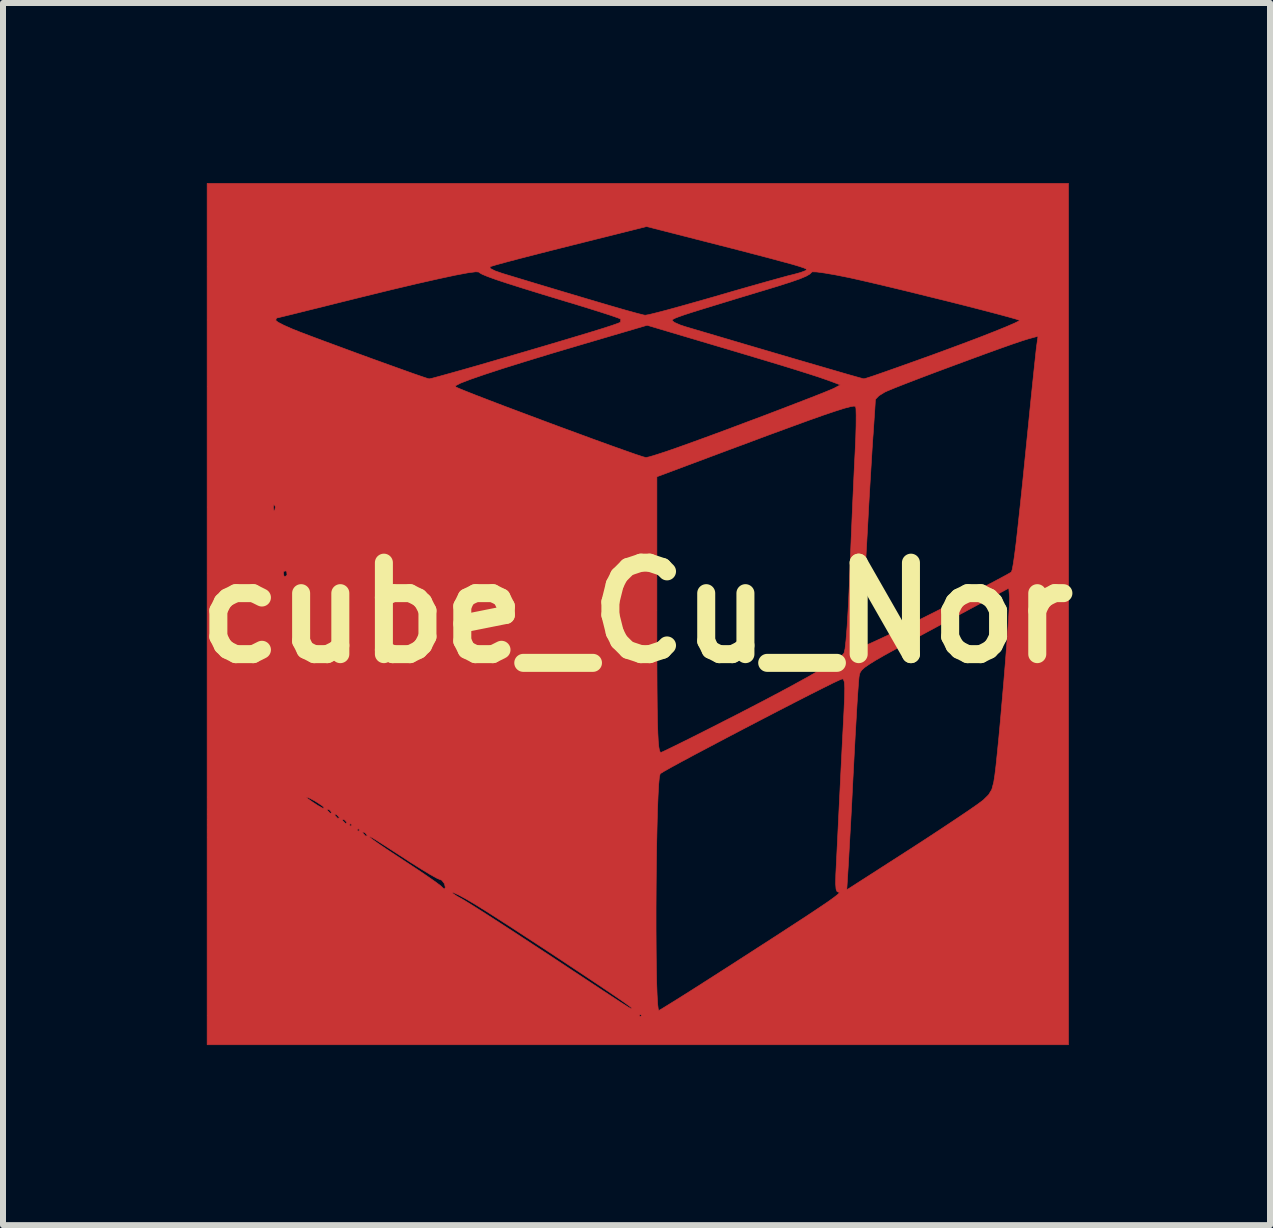
<source format=kicad_pcb>
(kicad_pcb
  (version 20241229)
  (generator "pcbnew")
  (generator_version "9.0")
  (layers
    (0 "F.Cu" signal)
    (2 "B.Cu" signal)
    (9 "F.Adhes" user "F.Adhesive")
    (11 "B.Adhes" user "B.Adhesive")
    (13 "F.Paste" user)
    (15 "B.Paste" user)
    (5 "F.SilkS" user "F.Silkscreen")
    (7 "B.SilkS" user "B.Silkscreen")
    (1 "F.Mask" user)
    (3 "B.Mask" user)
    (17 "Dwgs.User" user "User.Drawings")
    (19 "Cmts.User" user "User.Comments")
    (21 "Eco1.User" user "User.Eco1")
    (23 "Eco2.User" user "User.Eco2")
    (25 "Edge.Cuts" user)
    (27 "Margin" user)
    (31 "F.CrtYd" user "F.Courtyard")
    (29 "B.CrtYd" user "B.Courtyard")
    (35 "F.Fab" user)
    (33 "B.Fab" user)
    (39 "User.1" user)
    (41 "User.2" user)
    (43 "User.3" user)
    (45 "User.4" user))
  (footprint "cube_Cu_Nor"
    (layer "F.Cu")
    (at 7.555 7.159)
    (property "Reference" "cube_Cu_Nor" (at 0 0 0) (layer "F.SilkS") (effects (font (size 1.524 1.524) (thickness 0.3))))
    (attr through_hole)
    (fp_poly (pts (xy 7.197 7.197) (xy -7.154 7.197) (xy -7.154 6.71) (xy 0.042 6.71) (xy 0.064 6.731) (xy 0.085 6.71) (xy 0.064 6.689) (xy 0.042 6.71) (xy -7.154 6.71) (xy -7.154 4.659) (xy -3.066 4.659) (xy -3.059 4.677) (xy -2.992 4.722) (xy -2.921 4.761) (xy -2.842 4.808) (xy -2.702 4.895) (xy -2.51 5.017) (xy -2.276 5.168) (xy -2.008 5.342) (xy -1.717 5.533) (xy -1.418 5.729) (xy -1.075 5.956) (xy -0.796 6.14) (xy -0.575 6.286) (xy -0.404 6.398) (xy -0.278 6.481) (xy -0.19 6.537) (xy -0.133 6.573) (xy -0.1 6.591) (xy -0.086 6.597) (xy -0.082 6.593) (xy -0.084 6.585) (xy -0.085 6.581) (xy -0.119 6.553) (xy -0.214 6.485) (xy -0.362 6.383) (xy -0.553 6.254) (xy -0.777 6.104) (xy -1.025 5.939) (xy -1.287 5.765) (xy -1.555 5.588) (xy -1.819 5.416) (xy -2.047 5.267) (xy 0.325 5.267) (xy 0.327 5.594) (xy 0.33 5.892) (xy 0.335 6.153) (xy 0.343 6.367) (xy 0.352 6.522) (xy 0.363 6.61) (xy 0.372 6.626) (xy 0.42 6.599) (xy 0.53 6.531) (xy 0.693 6.43) (xy 0.899 6.3) (xy 1.139 6.147) (xy 1.403 5.978) (xy 1.494 5.92) (xy 1.927 5.641) (xy 2.293 5.405) (xy 2.597 5.207) (xy 2.844 5.046) (xy 3.038 4.917) (xy 3.183 4.819) (xy 3.285 4.746) (xy 3.348 4.697) (xy 3.377 4.669) (xy 3.376 4.657) (xy 3.371 4.657) (xy 3.341 4.646) (xy 3.329 4.616) (xy 3.503 4.616) (xy 4.566 3.933) (xy 4.842 3.754) (xy 5.102 3.583) (xy 5.335 3.428) (xy 5.531 3.296) (xy 5.679 3.193) (xy 5.768 3.127) (xy 5.78 3.117) (xy 5.866 3.032) (xy 5.919 2.944) (xy 5.951 2.824) (xy 5.969 2.709) (xy 5.988 2.554) (xy 6.01 2.341) (xy 6.036 2.082) (xy 6.063 1.79) (xy 6.09 1.477) (xy 6.118 1.156) (xy 6.144 0.839) (xy 6.167 0.54) (xy 6.187 0.271) (xy 6.202 0.044) (xy 6.212 -0.129) (xy 6.215 -0.233) (xy 6.215 -0.251) (xy 6.202 -0.41) (xy 5.249 0.102) (xy 4.873 0.304) (xy 4.565 0.47) (xy 4.318 0.604) (xy 4.124 0.711) (xy 3.978 0.795) (xy 3.873 0.861) (xy 3.8 0.912) (xy 3.755 0.953) (xy 3.729 0.988) (xy 3.716 1.022) (xy 3.709 1.058) (xy 3.707 1.07) (xy 3.7 1.146) (xy 3.689 1.295) (xy 3.675 1.505) (xy 3.66 1.763) (xy 3.643 2.059) (xy 3.626 2.38) (xy 3.621 2.477) (xy 3.603 2.822) (xy 3.586 3.162) (xy 3.569 3.483) (xy 3.553 3.767) (xy 3.54 4) (xy 3.531 4.166) (xy 3.53 4.181) (xy 3.503 4.616) (xy 3.329 4.616) (xy 3.324 4.603) (xy 3.317 4.514) (xy 3.32 4.364) (xy 3.326 4.244) (xy 3.351 3.739) (xy 3.372 3.31) (xy 3.39 2.947) (xy 3.405 2.64) (xy 3.418 2.382) (xy 3.429 2.161) (xy 3.439 1.97) (xy 3.448 1.798) (xy 3.456 1.64) (xy 3.466 1.41) (xy 3.469 1.253) (xy 3.463 1.156) (xy 3.447 1.11) (xy 3.429 1.101) (xy 3.381 1.12) (xy 3.268 1.173) (xy 3.1 1.257) (xy 2.887 1.364) (xy 2.639 1.491) (xy 2.365 1.632) (xy 2.076 1.782) (xy 1.782 1.935) (xy 1.492 2.087) (xy 1.216 2.233) (xy 0.964 2.366) (xy 0.746 2.483) (xy 0.572 2.578) (xy 0.452 2.646) (xy 0.396 2.681) (xy 0.394 2.683) (xy 0.381 2.735) (xy 0.369 2.86) (xy 0.359 3.048) (xy 0.349 3.288) (xy 0.342 3.57) (xy 0.335 3.885) (xy 0.33 4.222) (xy 0.327 4.571) (xy 0.325 4.923) (xy 0.325 5.267) (xy -2.047 5.267) (xy -2.069 5.252) (xy -2.297 5.106) (xy -2.491 4.981) (xy -2.645 4.885) (xy -2.685 4.86) (xy -2.836 4.771) (xy -2.963 4.702) (xy -3.046 4.664) (xy -3.066 4.659) (xy -7.154 4.659) (xy -7.154 3.736) (xy -4.445 3.736) (xy -4.445 3.74) (xy -4.411 3.768) (xy -4.318 3.834) (xy -4.177 3.93) (xy -4 4.047) (xy -3.857 4.141) (xy -3.658 4.272) (xy -3.484 4.39) (xy -3.348 4.485) (xy -3.262 4.55) (xy -3.239 4.572) (xy -3.201 4.606) (xy -3.186 4.575) (xy -3.2 4.515) (xy -3.246 4.455) (xy -3.275 4.445) (xy -3.326 4.423) (xy -3.434 4.363) (xy -3.584 4.272) (xy -3.762 4.16) (xy -3.831 4.115) (xy -4.053 3.971) (xy -4.214 3.867) (xy -4.323 3.797) (xy -4.391 3.755) (xy -4.428 3.735) (xy -4.442 3.731) (xy -4.445 3.736) (xy -7.154 3.736) (xy -7.154 3.653) (xy -4.565 3.653) (xy -4.555 3.676) (xy -4.512 3.722) (xy -4.488 3.713) (xy -4.487 3.707) (xy -4.517 3.671) (xy -4.536 3.658) (xy -4.565 3.653) (xy -7.154 3.653) (xy -7.154 3.619) (xy -4.657 3.619) (xy -4.636 3.641) (xy -4.614 3.619) (xy -4.636 3.598) (xy -4.657 3.619) (xy -7.154 3.619) (xy -7.154 3.535) (xy -4.784 3.535) (xy -4.763 3.556) (xy -4.741 3.535) (xy -4.763 3.514) (xy -4.784 3.535) (xy -7.154 3.535) (xy -7.154 3.441) (xy -4.904 3.441) (xy -4.894 3.465) (xy -4.851 3.51) (xy -4.826 3.501) (xy -4.826 3.495) (xy -4.856 3.459) (xy -4.875 3.446) (xy -4.904 3.441) (xy -7.154 3.441) (xy -7.154 3.356) (xy -5.031 3.356) (xy -5.021 3.38) (xy -4.978 3.426) (xy -4.953 3.416) (xy -4.953 3.41) (xy -4.983 3.375) (xy -5.002 3.361) (xy -5.031 3.356) (xy -7.154 3.356) (xy -7.154 3.272) (xy -5.158 3.272) (xy -5.148 3.295) (xy -5.105 3.341) (xy -5.08 3.332) (xy -5.08 3.326) (xy -5.11 3.29) (xy -5.129 3.277) (xy -5.158 3.272) (xy -7.154 3.272) (xy -7.154 3.071) (xy -5.503 3.071) (xy -5.472 3.101) (xy -5.397 3.154) (xy -5.31 3.211) (xy -5.239 3.251) (xy -5.218 3.26) (xy -5.207 3.243) (xy -5.24 3.213) (xy -5.322 3.159) (xy -5.355 3.138) (xy -5.447 3.089) (xy -5.499 3.069) (xy -5.503 3.071) (xy -7.154 3.071) (xy -7.154 -0.659) (xy -5.884 -0.659) (xy -5.87 -0.598) (xy -5.834 -0.616) (xy -5.823 -0.632) (xy -5.828 -0.686) (xy -5.841 -0.698) (xy -5.878 -0.689) (xy -5.884 -0.659) (xy -7.154 -0.659) (xy -7.154 -1.76) (xy -6.05 -1.76) (xy -6.043 -1.705) (xy -6.028 -1.705) (xy -6.018 -1.761) (xy -6.025 -1.786) (xy -6.044 -1.802) (xy -6.05 -1.76) (xy -7.154 -1.76) (xy -7.154 -2.266) (xy 0.339 -2.266) (xy 0.339 -0.036) (xy 0.339 0.48) (xy 0.34 0.917) (xy 0.342 1.282) (xy 0.345 1.58) (xy 0.349 1.818) (xy 0.355 2.003) (xy 0.362 2.139) (xy 0.371 2.234) (xy 0.382 2.292) (xy 0.395 2.322) (xy 0.407 2.328) (xy 0.448 2.31) (xy 0.554 2.259) (xy 0.711 2.182) (xy 0.909 2.084) (xy 1.135 1.97) (xy 1.175 1.95) (xy 1.69 1.688) (xy 2.145 1.452) (xy 2.536 1.244) (xy 2.862 1.065) (xy 3.119 0.916) (xy 3.306 0.798) (xy 3.421 0.714) (xy 3.457 0.673) (xy 3.474 0.599) (xy 3.49 0.459) (xy 3.733 0.459) (xy 3.741 0.526) (xy 3.773 0.549) (xy 3.79 0.55) (xy 3.844 0.532) (xy 3.963 0.479) (xy 4.139 0.397) (xy 4.361 0.29) (xy 4.619 0.163) (xy 4.903 0.021) (xy 5.044 -0.05) (xy 5.336 -0.199) (xy 5.602 -0.336) (xy 5.835 -0.456) (xy 6.024 -0.556) (xy 6.16 -0.629) (xy 6.235 -0.672) (xy 6.246 -0.68) (xy 6.26 -0.723) (xy 6.277 -0.815) (xy 6.298 -0.96) (xy 6.324 -1.163) (xy 6.354 -1.431) (xy 6.39 -1.766) (xy 6.433 -2.175) (xy 6.482 -2.662) (xy 6.495 -2.794) (xy 6.531 -3.149) (xy 6.564 -3.482) (xy 6.595 -3.784) (xy 6.622 -4.043) (xy 6.644 -4.249) (xy 6.659 -4.39) (xy 6.667 -4.452) (xy 6.689 -4.607) (xy 6.53 -4.564) (xy 6.431 -4.533) (xy 6.268 -4.478) (xy 6.056 -4.403) (xy 5.807 -4.313) (xy 5.535 -4.213) (xy 5.254 -4.109) (xy 4.977 -4.006) (xy 4.718 -3.908) (xy 4.489 -3.82) (xy 4.306 -3.748) (xy 4.18 -3.696) (xy 4.138 -3.677) (xy 4.039 -3.616) (xy 3.984 -3.559) (xy 3.979 -3.545) (xy 3.976 -3.485) (xy 3.968 -3.358) (xy 3.956 -3.181) (xy 3.942 -2.972) (xy 3.938 -2.921) (xy 3.925 -2.723) (xy 3.909 -2.458) (xy 3.89 -2.145) (xy 3.87 -1.802) (xy 3.851 -1.447) (xy 3.833 -1.122) (xy 3.815 -0.796) (xy 3.798 -0.486) (xy 3.781 -0.207) (xy 3.766 0.029) (xy 3.754 0.209) (xy 3.745 0.319) (xy 3.744 0.328) (xy 3.733 0.459) (xy 3.49 0.459) (xy 3.491 0.446) (xy 3.509 0.223) (xy 3.526 -0.065) (xy 3.543 -0.411) (xy 3.554 -0.677) (xy 3.568 -1.042) (xy 3.584 -1.423) (xy 3.6 -1.798) (xy 3.616 -2.149) (xy 3.63 -2.453) (xy 3.641 -2.667) (xy 3.652 -2.909) (xy 3.658 -3.121) (xy 3.659 -3.29) (xy 3.656 -3.401) (xy 3.649 -3.438) (xy 3.621 -3.443) (xy 3.56 -3.433) (xy 3.459 -3.406) (xy 3.314 -3.36) (xy 3.118 -3.294) (xy 2.867 -3.205) (xy 2.555 -3.091) (xy 2.176 -2.952) (xy 1.726 -2.784) (xy 1.556 -2.721) (xy 0.339 -2.266) (xy -7.154 -2.266) (xy -7.154 -3.767) (xy -3.021 -3.767) (xy -2.973 -3.744) (xy -2.856 -3.696) (xy -2.68 -3.626) (xy -2.456 -3.54) (xy -2.195 -3.44) (xy -1.907 -3.332) (xy -1.603 -3.218) (xy -1.292 -3.102) (xy -0.987 -2.99) (xy -0.697 -2.883) (xy -0.432 -2.787) (xy -0.204 -2.706) (xy -0.023 -2.642) (xy 0.101 -2.601) (xy 0.156 -2.586) (xy 0.213 -2.598) (xy 0.333 -2.634) (xy 0.499 -2.688) (xy 0.694 -2.756) (xy 0.727 -2.768) (xy 0.961 -2.852) (xy 1.23 -2.95) (xy 1.522 -3.058) (xy 1.825 -3.172) (xy 2.129 -3.286) (xy 2.42 -3.397) (xy 2.688 -3.5) (xy 2.921 -3.59) (xy 3.108 -3.664) (xy 3.235 -3.716) (xy 3.288 -3.739) (xy 3.396 -3.796) (xy 3.275 -3.842) (xy 3.168 -3.881) (xy 3.035 -3.927) (xy 2.868 -3.981) (xy 2.659 -4.047) (xy 2.4 -4.127) (xy 2.081 -4.223) (xy 1.694 -4.339) (xy 1.411 -4.423) (xy 0.177 -4.79) (xy -0.853 -4.487) (xy -1.38 -4.331) (xy -1.836 -4.192) (xy -2.221 -4.072) (xy -2.533 -3.97) (xy -2.77 -3.888) (xy -2.931 -3.826) (xy -3.012 -3.784) (xy -3.021 -3.767) (xy -7.154 -3.767) (xy -7.154 -4.872) (xy -6.011 -4.872) (xy -5.974 -4.841) (xy -5.875 -4.79) (xy -5.73 -4.726) (xy -5.62 -4.682) (xy -5.428 -4.609) (xy -5.198 -4.523) (xy -4.943 -4.429) (xy -4.675 -4.33) (xy -4.407 -4.232) (xy -4.149 -4.139) (xy -3.915 -4.055) (xy -3.717 -3.984) (xy -3.566 -3.932) (xy -3.476 -3.902) (xy -3.455 -3.897) (xy -3.406 -3.907) (xy -3.287 -3.939) (xy -3.11 -3.988) (xy -2.889 -4.05) (xy -2.633 -4.123) (xy -2.482 -4.167) (xy -1.948 -4.323) (xy -1.492 -4.457) (xy -1.113 -4.57) (xy -0.807 -4.662) (xy -0.573 -4.734) (xy -0.406 -4.788) (xy -0.305 -4.824) (xy -0.267 -4.841) (xy -0.264 -4.87) (xy 0.593 -4.87) (xy 0.63 -4.838) (xy 0.725 -4.796) (xy 0.815 -4.766) (xy 1.329 -4.614) (xy 1.809 -4.472) (xy 2.251 -4.342) (xy 2.649 -4.225) (xy 2.996 -4.124) (xy 3.288 -4.039) (xy 3.518 -3.972) (xy 3.681 -3.926) (xy 3.772 -3.901) (xy 3.789 -3.898) (xy 3.837 -3.911) (xy 3.956 -3.95) (xy 4.134 -4.012) (xy 4.363 -4.093) (xy 4.632 -4.189) (xy 4.933 -4.297) (xy 5.132 -4.37) (xy 5.442 -4.485) (xy 5.722 -4.591) (xy 5.964 -4.686) (xy 6.159 -4.765) (xy 6.298 -4.825) (xy 6.372 -4.862) (xy 6.38 -4.873) (xy 6.321 -4.893) (xy 6.19 -4.93) (xy 6.001 -4.981) (xy 5.764 -5.043) (xy 5.492 -5.113) (xy 5.195 -5.188) (xy 4.886 -5.264) (xy 4.576 -5.341) (xy 4.278 -5.413) (xy 4.001 -5.479) (xy 3.76 -5.535) (xy 3.564 -5.579) (xy 3.526 -5.587) (xy 3.315 -5.629) (xy 3.135 -5.66) (xy 3.002 -5.678) (xy 2.93 -5.68) (xy 2.922 -5.677) (xy 2.889 -5.644) (xy 2.827 -5.608) (xy 2.726 -5.565) (xy 2.574 -5.512) (xy 2.362 -5.444) (xy 2.078 -5.358) (xy 2.074 -5.357) (xy 1.687 -5.24) (xy 1.373 -5.144) (xy 1.125 -5.068) (xy 0.935 -5.009) (xy 0.796 -4.964) (xy 0.7 -4.93) (xy 0.639 -4.906) (xy 0.606 -4.888) (xy 0.594 -4.875) (xy 0.593 -4.87) (xy -0.264 -4.87) (xy -0.262 -4.89) (xy -0.266 -4.895) (xy -0.313 -4.914) (xy -0.428 -4.954) (xy -0.601 -5.01) (xy -0.818 -5.078) (xy -1.068 -5.155) (xy -1.173 -5.186) (xy -1.572 -5.307) (xy -1.895 -5.407) (xy -2.151 -5.488) (xy -2.344 -5.552) (xy -2.482 -5.602) (xy -2.571 -5.639) (xy -2.618 -5.666) (xy -2.626 -5.676) (xy -2.677 -5.681) (xy -2.808 -5.664) (xy -3.016 -5.625) (xy -3.3 -5.564) (xy -3.659 -5.483) (xy -4.09 -5.381) (xy -4.591 -5.258) (xy -4.97 -5.164) (xy -5.249 -5.094) (xy -5.5 -5.032) (xy -5.712 -4.979) (xy -5.872 -4.94) (xy -5.97 -4.916) (xy -5.996 -4.911) (xy -6.011 -4.878) (xy -6.011 -4.872) (xy -7.154 -4.872) (xy -7.154 -5.764) (xy -2.441 -5.764) (xy -2.437 -5.737) (xy -2.357 -5.696) (xy -2.233 -5.653) (xy -1.675 -5.484) (xy -1.188 -5.338) (xy -0.775 -5.215) (xy -0.436 -5.115) (xy -0.173 -5.039) (xy 0.013 -4.988) (xy 0.12 -4.961) (xy 0.144 -4.957) (xy 0.205 -4.967) (xy 0.335 -4.999) (xy 0.523 -5.048) (xy 0.758 -5.113) (xy 1.028 -5.189) (xy 1.308 -5.269) (xy 1.61 -5.357) (xy 1.897 -5.439) (xy 2.155 -5.512) (xy 2.371 -5.572) (xy 2.531 -5.616) (xy 2.614 -5.636) (xy 2.737 -5.67) (xy 2.818 -5.701) (xy 2.836 -5.717) (xy 2.825 -5.729) (xy 2.785 -5.746) (xy 2.711 -5.771) (xy 2.597 -5.805) (xy 2.435 -5.849) (xy 2.22 -5.907) (xy 1.945 -5.979) (xy 1.603 -6.068) (xy 1.188 -6.174) (xy 1.004 -6.221) (xy 0.167 -6.435) (xy -1.109 -6.115) (xy -1.427 -6.035) (xy -1.719 -5.96) (xy -1.976 -5.894) (xy -2.187 -5.838) (xy -2.34 -5.796) (xy -2.427 -5.77) (xy -2.441 -5.764) (xy -7.154 -5.764) (xy -7.154 -7.154) (xy 7.197 -7.154) (xy 7.197 7.197)) (stroke (width 0.01) (type solid)) (fill yes) (layer "F.Cu")))
  (gr_rect
    (start -3 -3)
    (end 18.109 17.361)
    (stroke (width 0.1) (type default))
    (fill no)
    (layer "Edge.Cuts")))
</source>
